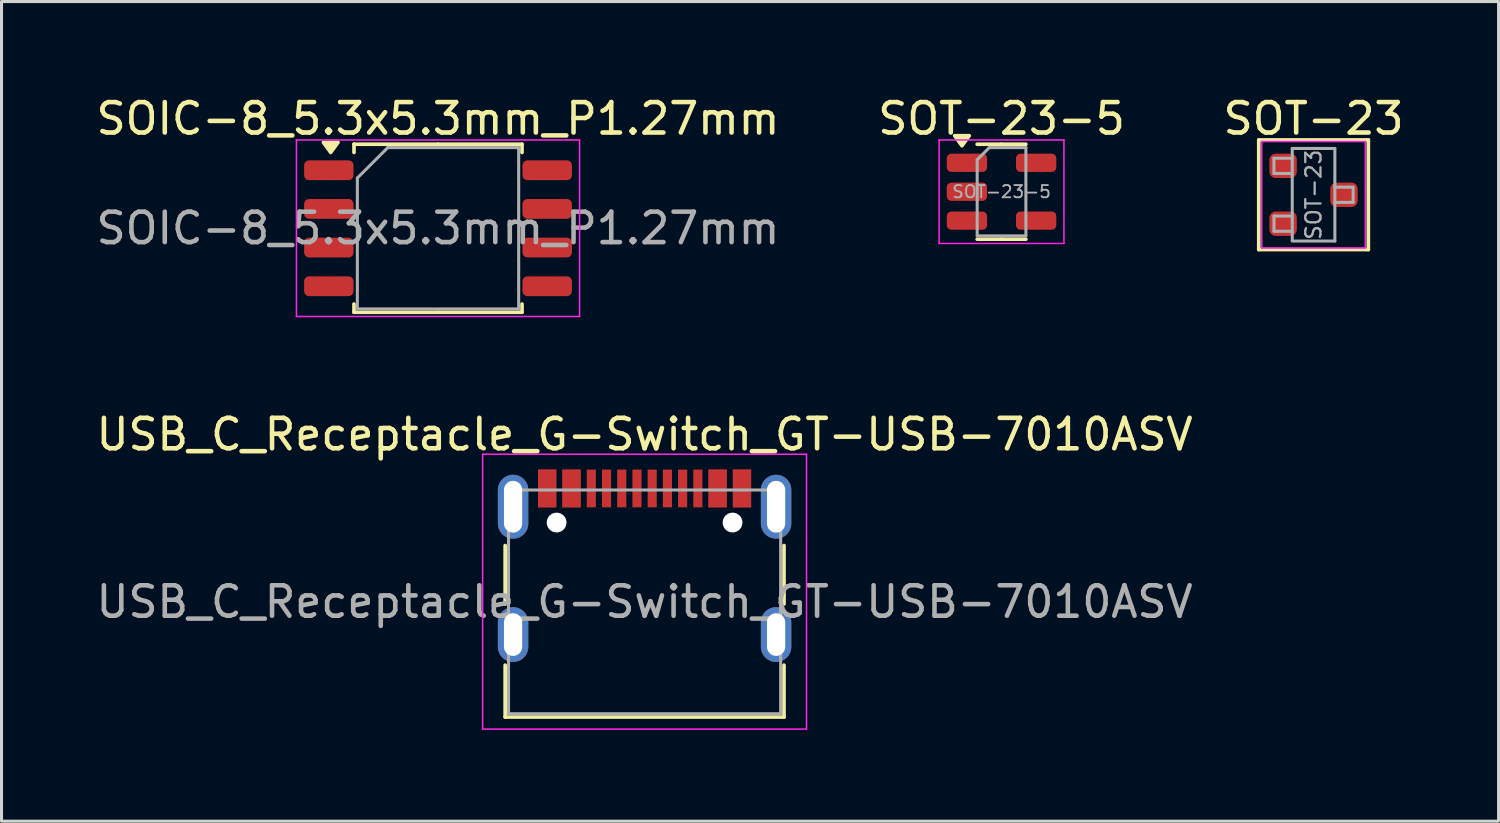
<source format=kicad_pcb>
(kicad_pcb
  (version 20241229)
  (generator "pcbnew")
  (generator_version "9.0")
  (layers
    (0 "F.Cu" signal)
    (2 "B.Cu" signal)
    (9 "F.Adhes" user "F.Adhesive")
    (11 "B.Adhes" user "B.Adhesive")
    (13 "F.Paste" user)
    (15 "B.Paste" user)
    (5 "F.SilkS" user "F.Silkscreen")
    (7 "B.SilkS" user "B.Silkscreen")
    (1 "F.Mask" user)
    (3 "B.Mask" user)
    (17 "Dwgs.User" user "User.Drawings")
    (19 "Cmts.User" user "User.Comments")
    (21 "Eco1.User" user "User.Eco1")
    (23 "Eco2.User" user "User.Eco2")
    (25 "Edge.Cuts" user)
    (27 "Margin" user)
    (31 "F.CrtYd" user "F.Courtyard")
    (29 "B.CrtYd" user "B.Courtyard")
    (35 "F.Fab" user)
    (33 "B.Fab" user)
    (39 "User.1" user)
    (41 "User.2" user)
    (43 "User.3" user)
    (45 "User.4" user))
  (footprint "SOT-23-5"
    (layer "F.Cu")
    (at 29.851 3.248)
    (property "Reference" "SOT-23-5" (at 0 -2.4 0) (layer "F.SilkS") (effects (font (size 1 1) (thickness 0.15))))
    (attr smd)
    (fp_line (start 0 -1.56) (end -0.8 -1.56) (stroke (width 0.12) (type solid)) (layer "F.SilkS"))
    (fp_line (start 0 -1.56) (end 0.8 -1.56) (stroke (width 0.12) (type solid)) (layer "F.SilkS"))
    (fp_line (start 0 1.56) (end -0.8 1.56) (stroke (width 0.12) (type solid)) (layer "F.SilkS"))
    (fp_line (start 0 1.56) (end 0.8 1.56) (stroke (width 0.12) (type solid)) (layer "F.SilkS"))
    (fp_poly (pts (xy -1.3 -1.51) (xy -1.54 -1.84) (xy -1.06 -1.84) (xy -1.3 -1.51)) (stroke (width 0.12) (type solid)) (fill yes) (layer "F.SilkS"))
    (fp_line (start -2.05 -1.7) (end -2.05 1.7) (stroke (width 0.05) (type solid)) (layer "F.CrtYd"))
    (fp_line (start -2.05 1.7) (end 2.05 1.7) (stroke (width 0.05) (type solid)) (layer "F.CrtYd"))
    (fp_line (start 2.05 -1.7) (end -2.05 -1.7) (stroke (width 0.05) (type solid)) (layer "F.CrtYd"))
    (fp_line (start 2.05 1.7) (end 2.05 -1.7) (stroke (width 0.05) (type solid)) (layer "F.CrtYd"))
    (fp_line (start -0.8 -1.05) (end -0.4 -1.45) (stroke (width 0.1) (type solid)) (layer "F.Fab"))
    (fp_line (start -0.8 1.45) (end -0.8 -1.05) (stroke (width 0.1) (type solid)) (layer "F.Fab"))
    (fp_line (start -0.4 -1.45) (end 0.8 -1.45) (stroke (width 0.1) (type solid)) (layer "F.Fab"))
    (fp_line (start 0.8 -1.45) (end 0.8 1.45) (stroke (width 0.1) (type solid)) (layer "F.Fab"))
    (fp_line (start 0.8 1.45) (end -0.8 1.45) (stroke (width 0.1) (type solid)) (layer "F.Fab"))
    (fp_text user "${REFERENCE}" (at 0 0 0) (layer "F.Fab") (effects (font (size 0.4 0.4) (thickness 0.06))))
    (pad "1" smd roundrect (at -1.137 -0.95) (size 1.325 0.6) (layers "F.Cu" "F.Mask" "F.Paste") (roundrect_rratio 0.25))
    (pad "2" smd roundrect (at -1.137 0) (size 1.325 0.6) (layers "F.Cu" "F.Mask" "F.Paste") (roundrect_rratio 0.25))
    (pad "3" smd roundrect (at -1.137 0.95) (size 1.325 0.6) (layers "F.Cu" "F.Mask" "F.Paste") (roundrect_rratio 0.25))
    (pad "4" smd roundrect (at 1.137 0.95) (size 1.325 0.6) (layers "F.Cu" "F.Mask" "F.Paste") (roundrect_rratio 0.25))
    (pad "5" smd roundrect (at 1.137 -0.95) (size 1.325 0.6) (layers "F.Cu" "F.Mask" "F.Paste") (roundrect_rratio 0.25)))
  (footprint "USB_C_Receptacle_G-Switch_GT-USB-7010ASV"
    (layer "F.Cu")
    (at 18.125 16.721)
    (property "Reference" "USB_C_Receptacle_G-Switch_GT-USB-7010ASV" (at 0 -5.5 0) (layer "F.SilkS") (effects (font (size 1 1) (thickness 0.15))))
    (attr smd)
    (fp_line (start -4.58 -1.85) (end -4.58 0.07) (stroke (width 0.12) (type solid)) (layer "F.SilkS"))
    (fp_line (start -4.58 3.785) (end -4.58 2.08) (stroke (width 0.12) (type solid)) (layer "F.SilkS"))
    (fp_line (start 4.58 0.07) (end 4.58 -1.85) (stroke (width 0.12) (type solid)) (layer "F.SilkS"))
    (fp_line (start 4.58 2.08) (end 4.58 3.785) (stroke (width 0.12) (type solid)) (layer "F.SilkS"))
    (fp_line (start 4.58 3.785) (end -4.58 3.785) (stroke (width 0.12) (type solid)) (layer "F.SilkS"))
    (fp_line (start -5.32 -4.85) (end 5.32 -4.85) (stroke (width 0.05) (type solid)) (layer "F.CrtYd"))
    (fp_line (start -5.32 4.18) (end -5.32 -4.85) (stroke (width 0.05) (type solid)) (layer "F.CrtYd"))
    (fp_line (start 5.32 -4.85) (end 5.32 4.18) (stroke (width 0.05) (type solid)) (layer "F.CrtYd"))
    (fp_line (start 5.32 4.18) (end -5.32 4.18) (stroke (width 0.05) (type solid)) (layer "F.CrtYd"))
    (fp_line (start -4.47 -3.675) (end -4.47 3.675) (stroke (width 0.1) (type solid)) (layer "F.Fab"))
    (fp_line (start -4.47 -3.675) (end 4.47 -3.675) (stroke (width 0.1) (type solid)) (layer "F.Fab"))
    (fp_line (start -4.47 3.675) (end 4.47 3.675) (stroke (width 0.1) (type solid)) (layer "F.Fab"))
    (fp_line (start 4.47 3.675) (end 4.47 -3.675) (stroke (width 0.1) (type solid)) (layer "F.Fab"))
    (fp_text user "${REFERENCE}" (at 0 0 0) (layer "F.Fab") (effects (font (size 1 1) (thickness 0.15))))
    (pad "" np_thru_hole circle (at -2.89 -2.605) (size 0.65 0.65) (drill 0.65) (layers "*.Cu" "*.Mask"))
    (pad "" np_thru_hole circle (at 2.89 -2.605) (size 0.65 0.65) (drill 0.65) (layers "*.Cu" "*.Mask"))
    (pad "A1" smd rect (at -3.2 -3.725) (size 0.6 1.24) (layers "F.Cu" "F.Mask" "F.Paste"))
    (pad "A4" smd rect (at -2.4 -3.725) (size 0.6 1.24) (layers "F.Cu" "F.Mask" "F.Paste"))
    (pad "A5" smd rect (at -1.25 -3.725) (size 0.3 1.24) (layers "F.Cu" "F.Mask" "F.Paste"))
    (pad "A6" smd rect (at -0.25 -3.725) (size 0.3 1.24) (layers "F.Cu" "F.Mask" "F.Paste"))
    (pad "A7" smd rect (at 0.25 -3.725) (size 0.3 1.24) (layers "F.Cu" "F.Mask" "F.Paste"))
    (pad "A8" smd rect (at 1.25 -3.725) (size 0.3 1.24) (layers "F.Cu" "F.Mask" "F.Paste"))
    (pad "A9" smd rect (at 2.4 -3.725) (size 0.6 1.24) (layers "F.Cu" "F.Mask" "F.Paste"))
    (pad "A12" smd rect (at 3.2 -3.725) (size 0.6 1.24) (layers "F.Cu" "F.Mask" "F.Paste"))
    (pad "B1" smd rect (at 3.2 -3.725) (size 0.6 1.24) (layers "F.Cu" "F.Mask" "F.Paste"))
    (pad "B4" smd rect (at 2.4 -3.725) (size 0.6 1.24) (layers "F.Cu" "F.Mask" "F.Paste"))
    (pad "B5" smd rect (at 1.75 -3.725) (size 0.3 1.24) (layers "F.Cu" "F.Mask" "F.Paste"))
    (pad "B6" smd rect (at 0.75 -3.725) (size 0.3 1.24) (layers "F.Cu" "F.Mask" "F.Paste"))
    (pad "B7" smd rect (at -0.75 -3.725) (size 0.3 1.24) (layers "F.Cu" "F.Mask" "F.Paste"))
    (pad "B8" smd rect (at -1.75 -3.725) (size 0.3 1.24) (layers "F.Cu" "F.Mask" "F.Paste"))
    (pad "B9" smd rect (at -2.4 -3.725) (size 0.6 1.24) (layers "F.Cu" "F.Mask" "F.Paste"))
    (pad "B12" smd rect (at -3.2 -3.725) (size 0.6 1.24) (layers "F.Cu" "F.Mask" "F.Paste"))
    (pad "S1" thru_hole oval (at -4.32 -3.125) (size 1 2.1) (drill oval 0.6 1.7) (property pad_prop_heatsink) (layers "*.Cu" "*.Mask"))
    (pad "S1" thru_hole oval (at -4.32 1.075) (size 1 1.8) (drill oval 0.6 1.4) (property pad_prop_heatsink) (layers "*.Cu" "*.Mask"))
    (pad "S1" thru_hole oval (at 4.32 -3.125) (size 1 2.1) (drill oval 0.6 1.7) (property pad_prop_heatsink) (layers "*.Cu" "*.Mask"))
    (pad "S1" thru_hole oval (at 4.32 1.075) (size 1 1.8) (drill oval 0.6 1.4) (property pad_prop_heatsink) (layers "*.Cu" "*.Mask")))
  (footprint "SOIC-8_5.3x5.3mm_P1.27mm"
    (layer "F.Cu")
    (at 11.339 4.448)
    (property "Reference" "SOIC-8_5.3x5.3mm_P1.27mm" (at 0 -3.6 0) (layer "F.SilkS") (effects (font (size 1 1) (thickness 0.15))))
    (attr smd)
    (fp_line (start -2.76 -2.76) (end -2.76 -2.49) (stroke (width 0.12) (type solid)) (layer "F.SilkS"))
    (fp_line (start -2.76 2.76) (end -2.76 2.49) (stroke (width 0.12) (type solid)) (layer "F.SilkS"))
    (fp_line (start 0 -2.76) (end -2.76 -2.76) (stroke (width 0.12) (type solid)) (layer "F.SilkS"))
    (fp_line (start 0 -2.76) (end 2.76 -2.76) (stroke (width 0.12) (type solid)) (layer "F.SilkS"))
    (fp_line (start 0 2.76) (end -2.76 2.76) (stroke (width 0.12) (type solid)) (layer "F.SilkS"))
    (fp_line (start 0 2.76) (end 2.76 2.76) (stroke (width 0.12) (type solid)) (layer "F.SilkS"))
    (fp_line (start 2.76 -2.76) (end 2.76 -2.49) (stroke (width 0.12) (type solid)) (layer "F.SilkS"))
    (fp_line (start 2.76 2.76) (end 2.76 2.49) (stroke (width 0.12) (type solid)) (layer "F.SilkS"))
    (fp_poly (pts (xy -3.525 -2.49) (xy -3.765 -2.82) (xy -3.285 -2.82) (xy -3.525 -2.49)) (stroke (width 0.12) (type solid)) (fill yes) (layer "F.SilkS"))
    (fp_line (start -4.65 -2.9) (end -4.65 2.9) (stroke (width 0.05) (type solid)) (layer "F.CrtYd"))
    (fp_line (start -4.65 2.9) (end 4.65 2.9) (stroke (width 0.05) (type solid)) (layer "F.CrtYd"))
    (fp_line (start 4.65 -2.9) (end -4.65 -2.9) (stroke (width 0.05) (type solid)) (layer "F.CrtYd"))
    (fp_line (start 4.65 2.9) (end 4.65 -2.9) (stroke (width 0.05) (type solid)) (layer "F.CrtYd"))
    (fp_line (start -2.65 -1.65) (end -1.65 -2.65) (stroke (width 0.1) (type solid)) (layer "F.Fab"))
    (fp_line (start -2.65 2.65) (end -2.65 -1.65) (stroke (width 0.1) (type solid)) (layer "F.Fab"))
    (fp_line (start -1.65 -2.65) (end 2.65 -2.65) (stroke (width 0.1) (type solid)) (layer "F.Fab"))
    (fp_line (start 2.65 -2.65) (end 2.65 2.65) (stroke (width 0.1) (type solid)) (layer "F.Fab"))
    (fp_line (start 2.65 2.65) (end -2.65 2.65) (stroke (width 0.1) (type solid)) (layer "F.Fab"))
    (fp_text user "${REFERENCE}" (at 0 0 0) (layer "F.Fab") (effects (font (size 1 1) (thickness 0.15))))
    (pad "1" smd roundrect (at -3.587 -1.905) (size 1.625 0.65) (layers "F.Cu" "F.Mask" "F.Paste") (roundrect_rratio 0.25))
    (pad "2" smd roundrect (at -3.587 -0.635) (size 1.625 0.65) (layers "F.Cu" "F.Mask" "F.Paste") (roundrect_rratio 0.25))
    (pad "3" smd roundrect (at -3.587 0.635) (size 1.625 0.65) (layers "F.Cu" "F.Mask" "F.Paste") (roundrect_rratio 0.25))
    (pad "4" smd roundrect (at -3.587 1.905) (size 1.625 0.65) (layers "F.Cu" "F.Mask" "F.Paste") (roundrect_rratio 0.25))
    (pad "5" smd roundrect (at 3.587 1.905) (size 1.625 0.65) (layers "F.Cu" "F.Mask" "F.Paste") (roundrect_rratio 0.25))
    (pad "6" smd roundrect (at 3.587 0.635) (size 1.625 0.65) (layers "F.Cu" "F.Mask" "F.Paste") (roundrect_rratio 0.25))
    (pad "7" smd roundrect (at 3.587 -0.635) (size 1.625 0.65) (layers "F.Cu" "F.Mask" "F.Paste") (roundrect_rratio 0.25))
    (pad "8" smd roundrect (at 3.587 -1.905) (size 1.625 0.65) (layers "F.Cu" "F.Mask" "F.Paste") (roundrect_rratio 0.25)))
  (footprint "SOT-23"
    (layer "F.Cu")
    (at 40.101 3.348)
    (property "Reference" "SOT-23" (at 0 -2.5 0) (layer "F.SilkS") (effects (font (size 1 1) (thickness 0.15))))
    (attr smd)
    (fp_line (start -1.8 -1.8) (end -1.8 1.8) (stroke (width 0.12) (type solid)) (layer "F.SilkS"))
    (fp_line (start -1.8 1.8) (end 1.8 1.8) (stroke (width 0.12) (type solid)) (layer "F.SilkS"))
    (fp_line (start 1.8 -1.8) (end -1.8 -1.8) (stroke (width 0.12) (type solid)) (layer "F.SilkS"))
    (fp_line (start 1.8 1.8) (end 1.8 -1.8) (stroke (width 0.12) (type solid)) (layer "F.SilkS"))
    (fp_line (start -1.7 -1.75) (end 1.7 -1.75) (stroke (width 0.05) (type solid)) (layer "F.CrtYd"))
    (fp_line (start -1.7 1.75) (end -1.7 -1.75) (stroke (width 0.05) (type solid)) (layer "F.CrtYd"))
    (fp_line (start 1.7 -1.75) (end 1.7 1.75) (stroke (width 0.05) (type solid)) (layer "F.CrtYd"))
    (fp_line (start 1.7 1.75) (end -1.7 1.75) (stroke (width 0.05) (type solid)) (layer "F.CrtYd"))
    (fp_line (start -1.3 -1.2) (end -1.3 -0.7) (stroke (width 0.1) (type solid)) (layer "F.Fab"))
    (fp_line (start -1.3 -0.7) (end -0.7 -0.7) (stroke (width 0.1) (type solid)) (layer "F.Fab"))
    (fp_line (start -1.3 0.7) (end -1.3 1.2) (stroke (width 0.1) (type solid)) (layer "F.Fab"))
    (fp_line (start -1.3 1.2) (end -0.7 1.2) (stroke (width 0.1) (type solid)) (layer "F.Fab"))
    (fp_line (start -0.7 -1.52) (end -0.7 1.5) (stroke (width 0.1) (type solid)) (layer "F.Fab"))
    (fp_line (start -0.7 -1.52) (end 0.7 -1.52) (stroke (width 0.1) (type solid)) (layer "F.Fab"))
    (fp_line (start -0.7 -1.2) (end -1.3 -1.2) (stroke (width 0.1) (type solid)) (layer "F.Fab"))
    (fp_line (start -0.7 0.7) (end -1.3 0.7) (stroke (width 0.1) (type solid)) (layer "F.Fab"))
    (fp_line (start -0.7 1.52) (end 0.7 1.52) (stroke (width 0.1) (type solid)) (layer "F.Fab"))
    (fp_line (start 0.7 -1.52) (end 0.7 1.52) (stroke (width 0.1) (type solid)) (layer "F.Fab"))
    (fp_line (start 0.7 0.25) (end 1.3 0.25) (stroke (width 0.1) (type solid)) (layer "F.Fab"))
    (fp_line (start 1.3 -0.25) (end 0.7 -0.25) (stroke (width 0.1) (type solid)) (layer "F.Fab"))
    (fp_line (start 1.3 0.25) (end 1.3 -0.25) (stroke (width 0.1) (type solid)) (layer "F.Fab"))
    (fp_text user "${REFERENCE}" (at 0 0 90) (layer "F.Fab") (effects (font (size 0.5 0.5) (thickness 0.075))))
    (pad "1" smd roundrect (at -1 -0.95) (size 0.9 0.8) (layers "F.Cu" "F.Mask" "F.Paste") (roundrect_rratio 0.25))
    (pad "2" smd roundrect (at -1 0.95) (size 0.9 0.8) (layers "F.Cu" "F.Mask" "F.Paste") (roundrect_rratio 0.25))
    (pad "3" smd roundrect (at 1 0) (size 0.9 0.8) (layers "F.Cu" "F.Mask" "F.Paste") (roundrect_rratio 0.25)))
  (gr_rect
    (start -3 -3)
    (end 46.179 23.927)
    (stroke (width 0.1) (type default))
    (fill no)
    (layer "Edge.Cuts")))
</source>
